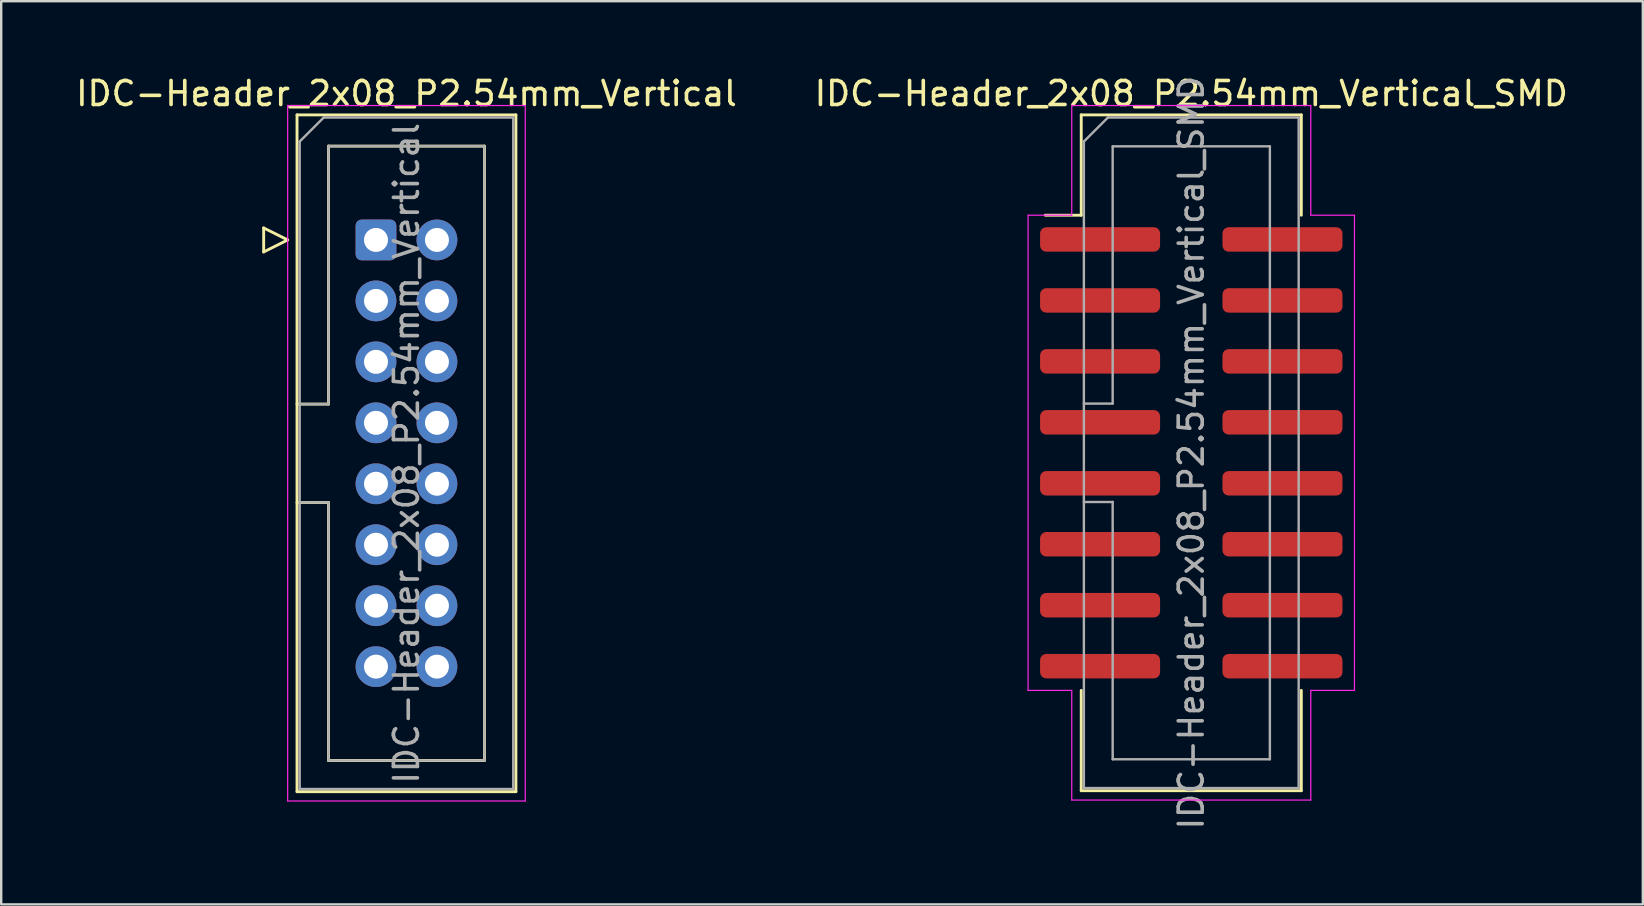
<source format=kicad_pcb>
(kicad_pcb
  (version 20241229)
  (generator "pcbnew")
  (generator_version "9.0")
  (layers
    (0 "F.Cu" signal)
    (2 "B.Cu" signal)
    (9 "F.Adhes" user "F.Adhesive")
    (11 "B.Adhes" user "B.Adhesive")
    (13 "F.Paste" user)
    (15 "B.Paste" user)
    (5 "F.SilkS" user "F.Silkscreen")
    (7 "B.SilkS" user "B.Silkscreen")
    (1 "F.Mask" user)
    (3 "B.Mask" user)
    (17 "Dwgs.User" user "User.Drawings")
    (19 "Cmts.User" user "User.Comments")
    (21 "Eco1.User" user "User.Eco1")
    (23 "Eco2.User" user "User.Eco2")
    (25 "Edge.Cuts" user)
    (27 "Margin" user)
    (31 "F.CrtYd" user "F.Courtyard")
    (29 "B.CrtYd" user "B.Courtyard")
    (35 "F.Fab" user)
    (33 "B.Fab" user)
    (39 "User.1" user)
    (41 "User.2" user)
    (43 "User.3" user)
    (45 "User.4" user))
  (footprint "IDC-Header_2x08_P2.54mm_Vertical_SMD"
    (layer "F.Cu")
    (at 46.589 15.818)
    (property "Reference" "IDC-Header_2x08_P2.54mm_Vertical_SMD" (at 0 -14.97 0) (layer "F.SilkS") (effects (font (size 1 1) (thickness 0.15))))
    (attr smd)
    (fp_line (start -4.585 -14.08) (end 4.585 -14.08) (stroke (width 0.12) (type solid)) (layer "F.SilkS"))
    (fp_line (start -4.585 -9.9) (end -6.085 -9.9) (stroke (width 0.12) (type solid)) (layer "F.SilkS"))
    (fp_line (start -4.585 -9.9) (end -4.585 -14.08) (stroke (width 0.12) (type solid)) (layer "F.SilkS"))
    (fp_line (start -4.585 9.9) (end -4.585 14.08) (stroke (width 0.12) (type solid)) (layer "F.SilkS"))
    (fp_line (start -4.585 14.08) (end 4.585 14.08) (stroke (width 0.12) (type solid)) (layer "F.SilkS"))
    (fp_line (start 4.585 -14.08) (end 4.585 -9.9) (stroke (width 0.12) (type solid)) (layer "F.SilkS"))
    (fp_line (start 4.585 14.08) (end 4.585 9.9) (stroke (width 0.12) (type solid)) (layer "F.SilkS"))
    (fp_line (start -6.8 -9.9) (end -6.8 9.9) (stroke (width 0.05) (type solid)) (layer "F.CrtYd"))
    (fp_line (start -6.8 9.9) (end -4.98 9.9) (stroke (width 0.05) (type solid)) (layer "F.CrtYd"))
    (fp_line (start -4.98 -14.47) (end -4.98 -9.9) (stroke (width 0.05) (type solid)) (layer "F.CrtYd"))
    (fp_line (start -4.98 -9.9) (end -6.8 -9.9) (stroke (width 0.05) (type solid)) (layer "F.CrtYd"))
    (fp_line (start -4.98 9.9) (end -4.98 14.47) (stroke (width 0.05) (type solid)) (layer "F.CrtYd"))
    (fp_line (start -4.98 14.47) (end 4.98 14.47) (stroke (width 0.05) (type solid)) (layer "F.CrtYd"))
    (fp_line (start 4.98 -14.47) (end -4.98 -14.47) (stroke (width 0.05) (type solid)) (layer "F.CrtYd"))
    (fp_line (start 4.98 -9.9) (end 4.98 -14.47) (stroke (width 0.05) (type solid)) (layer "F.CrtYd"))
    (fp_line (start 4.98 9.9) (end 6.8 9.9) (stroke (width 0.05) (type solid)) (layer "F.CrtYd"))
    (fp_line (start 4.98 14.47) (end 4.98 9.9) (stroke (width 0.05) (type solid)) (layer "F.CrtYd"))
    (fp_line (start 6.8 -9.9) (end 4.98 -9.9) (stroke (width 0.05) (type solid)) (layer "F.CrtYd"))
    (fp_line (start 6.8 9.9) (end 6.8 -9.9) (stroke (width 0.05) (type solid)) (layer "F.CrtYd"))
    (fp_line (start -4.475 -12.97) (end -3.475 -13.97) (stroke (width 0.1) (type solid)) (layer "F.Fab"))
    (fp_line (start -4.475 -2.05) (end -3.275 -2.05) (stroke (width 0.1) (type solid)) (layer "F.Fab"))
    (fp_line (start -4.475 13.97) (end -4.475 -12.97) (stroke (width 0.1) (type solid)) (layer "F.Fab"))
    (fp_line (start -3.475 -13.97) (end 4.475 -13.97) (stroke (width 0.1) (type solid)) (layer "F.Fab"))
    (fp_line (start -3.275 -12.77) (end 3.275 -12.77) (stroke (width 0.1) (type solid)) (layer "F.Fab"))
    (fp_line (start -3.275 -2.05) (end -3.275 -12.77) (stroke (width 0.1) (type solid)) (layer "F.Fab"))
    (fp_line (start -3.275 2.05) (end -4.475 2.05) (stroke (width 0.1) (type solid)) (layer "F.Fab"))
    (fp_line (start -3.275 2.05) (end -3.275 2.05) (stroke (width 0.1) (type solid)) (layer "F.Fab"))
    (fp_line (start -3.275 12.77) (end -3.275 2.05) (stroke (width 0.1) (type solid)) (layer "F.Fab"))
    (fp_line (start 3.275 -12.77) (end 3.275 12.77) (stroke (width 0.1) (type solid)) (layer "F.Fab"))
    (fp_line (start 3.275 12.77) (end -3.275 12.77) (stroke (width 0.1) (type solid)) (layer "F.Fab"))
    (fp_line (start 4.475 -13.97) (end 4.475 13.97) (stroke (width 0.1) (type solid)) (layer "F.Fab"))
    (fp_line (start 4.475 13.97) (end -4.475 13.97) (stroke (width 0.1) (type solid)) (layer "F.Fab"))
    (fp_text user "${REFERENCE}" (at 0 0 90) (layer "F.Fab") (effects (font (size 1 1) (thickness 0.15))))
    (pad "1" smd roundrect (at -3.8 -8.89) (size 5 1.02) (layers "F.Cu" "F.Mask" "F.Paste") (roundrect_rratio 0.25))
    (pad "2" smd roundrect (at 3.8 -8.89) (size 5 1.02) (layers "F.Cu" "F.Mask" "F.Paste") (roundrect_rratio 0.25))
    (pad "3" smd roundrect (at -3.8 -6.35) (size 5 1.02) (layers "F.Cu" "F.Mask" "F.Paste") (roundrect_rratio 0.25))
    (pad "4" smd roundrect (at 3.8 -6.35) (size 5 1.02) (layers "F.Cu" "F.Mask" "F.Paste") (roundrect_rratio 0.25))
    (pad "5" smd roundrect (at -3.8 -3.81) (size 5 1.02) (layers "F.Cu" "F.Mask" "F.Paste") (roundrect_rratio 0.25))
    (pad "6" smd roundrect (at 3.8 -3.81) (size 5 1.02) (layers "F.Cu" "F.Mask" "F.Paste") (roundrect_rratio 0.25))
    (pad "7" smd roundrect (at -3.8 -1.27) (size 5 1.02) (layers "F.Cu" "F.Mask" "F.Paste") (roundrect_rratio 0.25))
    (pad "8" smd roundrect (at 3.8 -1.27) (size 5 1.02) (layers "F.Cu" "F.Mask" "F.Paste") (roundrect_rratio 0.25))
    (pad "9" smd roundrect (at -3.8 1.27) (size 5 1.02) (layers "F.Cu" "F.Mask" "F.Paste") (roundrect_rratio 0.25))
    (pad "10" smd roundrect (at 3.8 1.27) (size 5 1.02) (layers "F.Cu" "F.Mask" "F.Paste") (roundrect_rratio 0.25))
    (pad "11" smd roundrect (at -3.8 3.81) (size 5 1.02) (layers "F.Cu" "F.Mask" "F.Paste") (roundrect_rratio 0.25))
    (pad "12" smd roundrect (at 3.8 3.81) (size 5 1.02) (layers "F.Cu" "F.Mask" "F.Paste") (roundrect_rratio 0.25))
    (pad "13" smd roundrect (at -3.8 6.35) (size 5 1.02) (layers "F.Cu" "F.Mask" "F.Paste") (roundrect_rratio 0.25))
    (pad "14" smd roundrect (at 3.8 6.35) (size 5 1.02) (layers "F.Cu" "F.Mask" "F.Paste") (roundrect_rratio 0.25))
    (pad "15" smd roundrect (at -3.8 8.89) (size 5 1.02) (layers "F.Cu" "F.Mask" "F.Paste") (roundrect_rratio 0.25))
    (pad "16" smd roundrect (at 3.8 8.89) (size 5 1.02) (layers "F.Cu" "F.Mask" "F.Paste") (roundrect_rratio 0.25)))
  (footprint "IDC-Header_2x08_P2.54mm_Vertical"
    (layer "F.Cu")
    (at 12.617 6.948)
    (property "Reference" "IDC-Header_2x08_P2.54mm_Vertical" (at 1.27 -6.1 0) (layer "F.SilkS") (effects (font (size 1 1) (thickness 0.15))))
    (attr through_hole)
    (fp_line (start -4.68 -0.5) (end -4.68 0.5) (stroke (width 0.12) (type solid)) (layer "F.SilkS"))
    (fp_line (start -4.68 0.5) (end -3.68 0) (stroke (width 0.12) (type solid)) (layer "F.SilkS"))
    (fp_line (start -3.68 0) (end -4.68 -0.5) (stroke (width 0.12) (type solid)) (layer "F.SilkS"))
    (fp_line (start -3.29 -5.21) (end 5.83 -5.21) (stroke (width 0.12) (type solid)) (layer "F.SilkS"))
    (fp_line (start -3.29 6.84) (end -1.98 6.84) (stroke (width 0.12) (type solid)) (layer "F.SilkS"))
    (fp_line (start -3.29 22.99) (end -3.29 -5.21) (stroke (width 0.12) (type solid)) (layer "F.SilkS"))
    (fp_line (start -1.98 -3.91) (end 4.52 -3.91) (stroke (width 0.12) (type solid)) (layer "F.SilkS"))
    (fp_line (start -1.98 6.84) (end -1.98 -3.91) (stroke (width 0.12) (type solid)) (layer "F.SilkS"))
    (fp_line (start -1.98 10.94) (end -3.29 10.94) (stroke (width 0.12) (type solid)) (layer "F.SilkS"))
    (fp_line (start -1.98 10.94) (end -1.98 10.94) (stroke (width 0.12) (type solid)) (layer "F.SilkS"))
    (fp_line (start -1.98 21.69) (end -1.98 10.94) (stroke (width 0.12) (type solid)) (layer "F.SilkS"))
    (fp_line (start 4.52 -3.91) (end 4.52 21.69) (stroke (width 0.12) (type solid)) (layer "F.SilkS"))
    (fp_line (start 4.52 21.69) (end -1.98 21.69) (stroke (width 0.12) (type solid)) (layer "F.SilkS"))
    (fp_line (start 5.83 -5.21) (end 5.83 22.99) (stroke (width 0.12) (type solid)) (layer "F.SilkS"))
    (fp_line (start 5.83 22.99) (end -3.29 22.99) (stroke (width 0.12) (type solid)) (layer "F.SilkS"))
    (fp_line (start -3.68 -5.6) (end -3.68 23.38) (stroke (width 0.05) (type solid)) (layer "F.CrtYd"))
    (fp_line (start -3.68 23.38) (end 6.22 23.38) (stroke (width 0.05) (type solid)) (layer "F.CrtYd"))
    (fp_line (start 6.22 -5.6) (end -3.68 -5.6) (stroke (width 0.05) (type solid)) (layer "F.CrtYd"))
    (fp_line (start 6.22 23.38) (end 6.22 -5.6) (stroke (width 0.05) (type solid)) (layer "F.CrtYd"))
    (fp_line (start -3.18 -4.1) (end -2.18 -5.1) (stroke (width 0.1) (type solid)) (layer "F.Fab"))
    (fp_line (start -3.18 6.84) (end -1.98 6.84) (stroke (width 0.1) (type solid)) (layer "F.Fab"))
    (fp_line (start -3.18 22.88) (end -3.18 -4.1) (stroke (width 0.1) (type solid)) (layer "F.Fab"))
    (fp_line (start -2.18 -5.1) (end 5.72 -5.1) (stroke (width 0.1) (type solid)) (layer "F.Fab"))
    (fp_line (start -1.98 -3.91) (end 4.52 -3.91) (stroke (width 0.1) (type solid)) (layer "F.Fab"))
    (fp_line (start -1.98 6.84) (end -1.98 -3.91) (stroke (width 0.1) (type solid)) (layer "F.Fab"))
    (fp_line (start -1.98 10.94) (end -3.18 10.94) (stroke (width 0.1) (type solid)) (layer "F.Fab"))
    (fp_line (start -1.98 10.94) (end -1.98 10.94) (stroke (width 0.1) (type solid)) (layer "F.Fab"))
    (fp_line (start -1.98 21.69) (end -1.98 10.94) (stroke (width 0.1) (type solid)) (layer "F.Fab"))
    (fp_line (start 4.52 -3.91) (end 4.52 21.69) (stroke (width 0.1) (type solid)) (layer "F.Fab"))
    (fp_line (start 4.52 21.69) (end -1.98 21.69) (stroke (width 0.1) (type solid)) (layer "F.Fab"))
    (fp_line (start 5.72 -5.1) (end 5.72 22.88) (stroke (width 0.1) (type solid)) (layer "F.Fab"))
    (fp_line (start 5.72 22.88) (end -3.18 22.88) (stroke (width 0.1) (type solid)) (layer "F.Fab"))
    (fp_text user "${REFERENCE}" (at 1.27 8.89 90) (layer "F.Fab") (effects (font (size 1 1) (thickness 0.15))))
    (pad "1" thru_hole roundrect (at 0 0) (size 1.7 1.7) (drill 1) (layers "*.Cu" "*.Mask") (roundrect_rratio 0.147))
    (pad "2" thru_hole circle (at 2.54 0) (size 1.7 1.7) (drill 1) (layers "*.Cu" "*.Mask"))
    (pad "3" thru_hole circle (at 0 2.54) (size 1.7 1.7) (drill 1) (layers "*.Cu" "*.Mask"))
    (pad "4" thru_hole circle (at 2.54 2.54) (size 1.7 1.7) (drill 1) (layers "*.Cu" "*.Mask"))
    (pad "5" thru_hole circle (at 0 5.08) (size 1.7 1.7) (drill 1) (layers "*.Cu" "*.Mask"))
    (pad "6" thru_hole circle (at 2.54 5.08) (size 1.7 1.7) (drill 1) (layers "*.Cu" "*.Mask"))
    (pad "7" thru_hole circle (at 0 7.62) (size 1.7 1.7) (drill 1) (layers "*.Cu" "*.Mask"))
    (pad "8" thru_hole circle (at 2.54 7.62) (size 1.7 1.7) (drill 1) (layers "*.Cu" "*.Mask"))
    (pad "9" thru_hole circle (at 0 10.16) (size 1.7 1.7) (drill 1) (layers "*.Cu" "*.Mask"))
    (pad "10" thru_hole circle (at 2.54 10.16) (size 1.7 1.7) (drill 1) (layers "*.Cu" "*.Mask"))
    (pad "11" thru_hole circle (at 0 12.7) (size 1.7 1.7) (drill 1) (layers "*.Cu" "*.Mask"))
    (pad "12" thru_hole circle (at 2.54 12.7) (size 1.7 1.7) (drill 1) (layers "*.Cu" "*.Mask"))
    (pad "13" thru_hole circle (at 0 15.24) (size 1.7 1.7) (drill 1) (layers "*.Cu" "*.Mask"))
    (pad "14" thru_hole circle (at 2.54 15.24) (size 1.7 1.7) (drill 1) (layers "*.Cu" "*.Mask"))
    (pad "15" thru_hole circle (at 0 17.78) (size 1.7 1.7) (drill 1) (layers "*.Cu" "*.Mask"))
    (pad "16" thru_hole circle (at 2.54 17.78) (size 1.7 1.7) (drill 1) (layers "*.Cu" "*.Mask")))
  (gr_rect
    (start -3 -3)
    (end 65.405 34.634)
    (stroke (width 0.1) (type default))
    (fill no)
    (layer "Edge.Cuts")))
</source>
